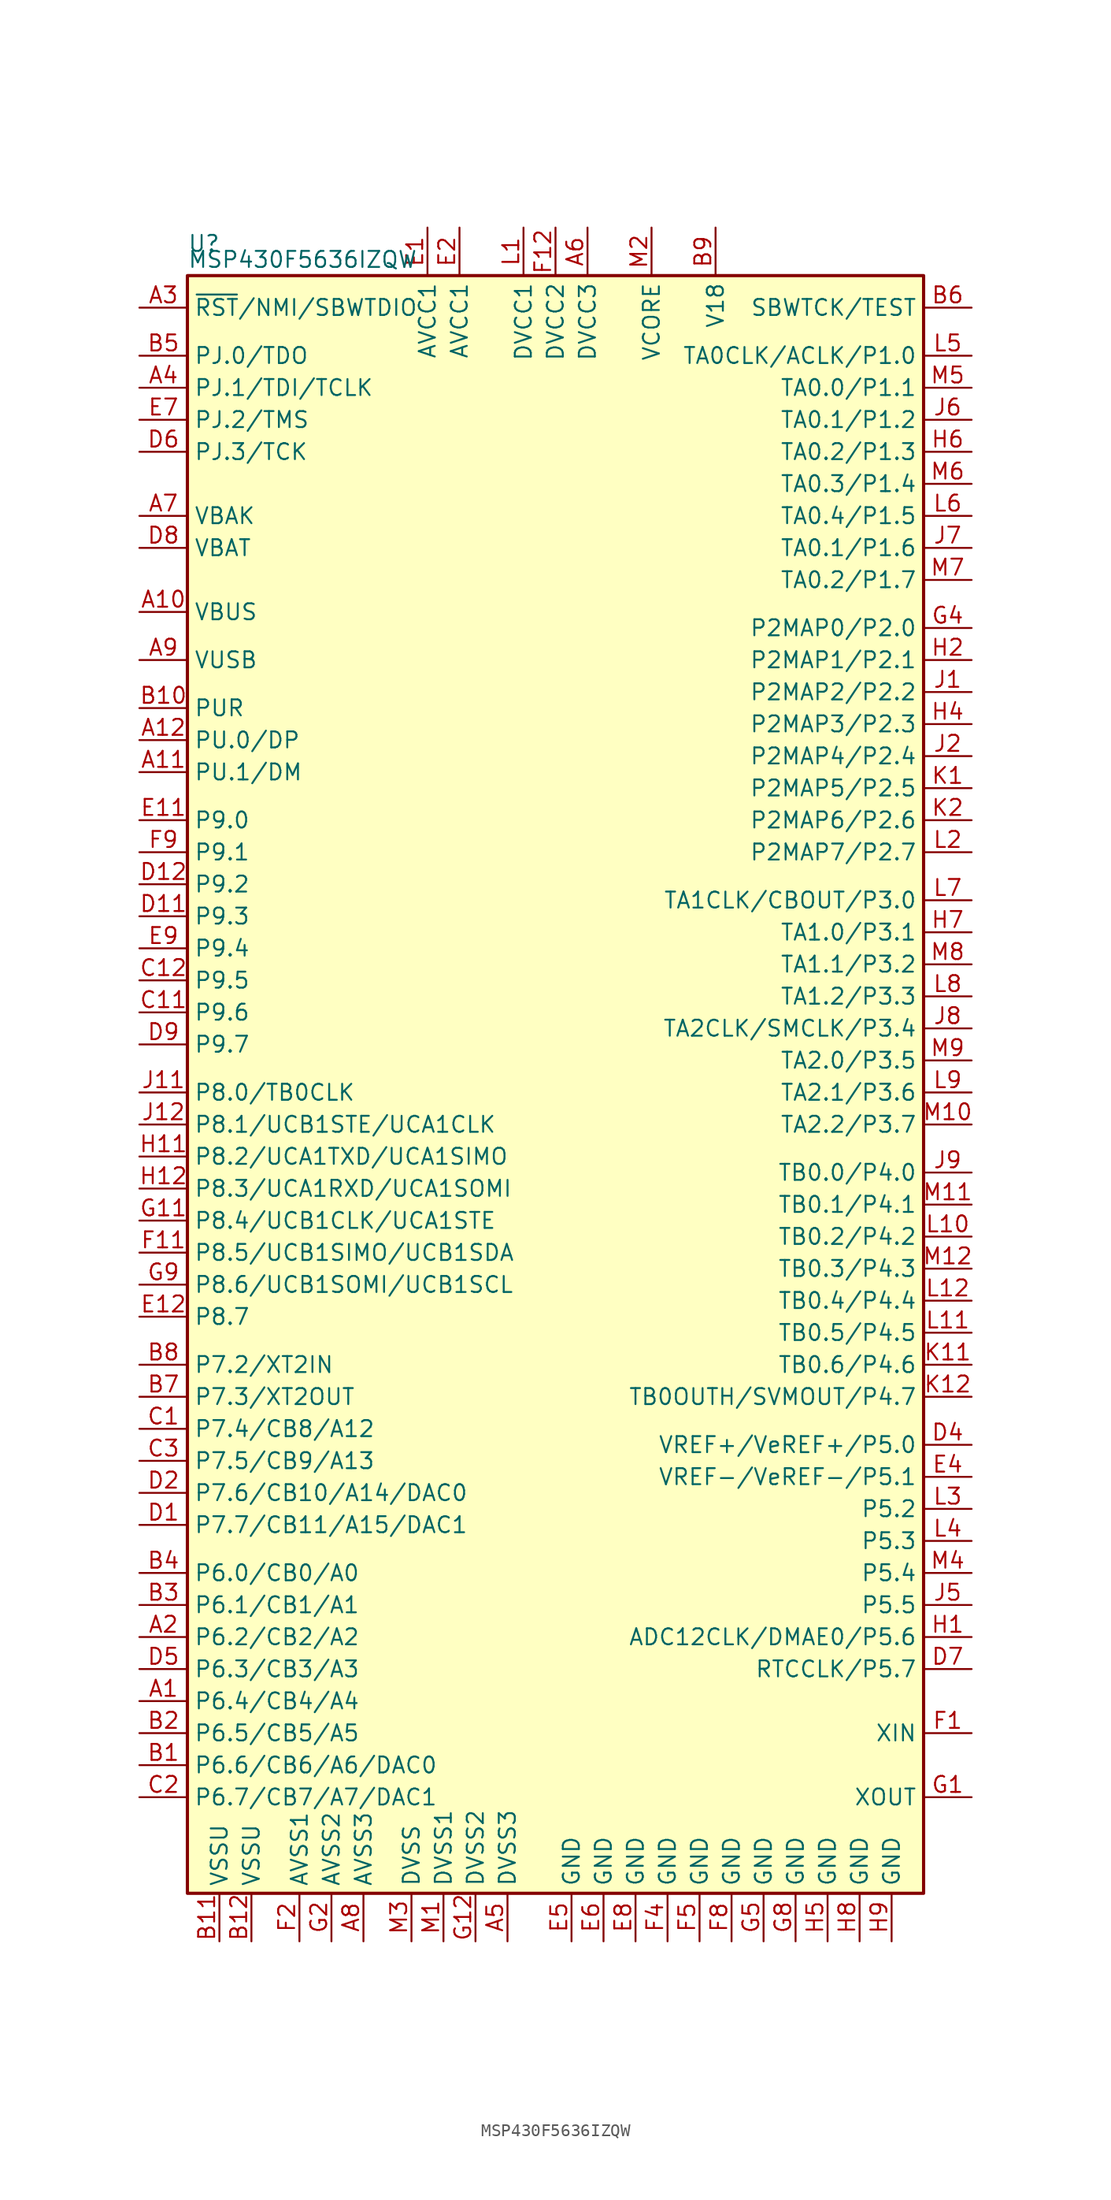
<source format=kicad_sym>
(kicad_symbol_lib
  (version 20241209)
  (generator "kicad_symbol_editor")
  (generator_version "9.0")
  (symbol "MSP430F5636IZQW"
    (property "Reference" "U"
      (at -29.21 66.04 0)
      (effects (font (size 1.27 1.27)) (justify left)))
    (property "Value" "MSP430F5636IZQW"
      (at -29.21 64.77 0)
      (effects (font (size 1.27 1.27)) (justify left)))
    (symbol "MSP430F5636IZQW_0_1"
      (rectangle (start -29.21 63.5) (end 29.21 -64.77) (stroke (width 0.254) (type default)) (fill (type background))))
    (symbol "MSP430F5636IZQW_1_1"
      (pin input line (at -33.02 60.96 0) (length 3.81) (name "~{RST}/NMI/SBWTDIO" (effects (font (size 1.27 1.27)))) (number "A3" (effects (font (size 1.27 1.27)))))
      (pin bidirectional line (at -33.02 57.15 0) (length 3.81) (name "PJ.0/TDO" (effects (font (size 1.27 1.27)))) (number "B5" (effects (font (size 1.27 1.27)))))
      (pin bidirectional line (at -33.02 54.61 0) (length 3.81) (name "PJ.1/TDI/TCLK" (effects (font (size 1.27 1.27)))) (number "A4" (effects (font (size 1.27 1.27)))))
      (pin bidirectional line (at -33.02 52.07 0) (length 3.81) (name "PJ.2/TMS" (effects (font (size 1.27 1.27)))) (number "E7" (effects (font (size 1.27 1.27)))))
      (pin bidirectional line (at -33.02 49.53 0) (length 3.81) (name "PJ.3/TCK" (effects (font (size 1.27 1.27)))) (number "D6" (effects (font (size 1.27 1.27)))))
      (pin bidirectional line (at -33.02 44.45 0) (length 3.81) (name "VBAK" (effects (font (size 1.27 1.27)))) (number "A7" (effects (font (size 1.27 1.27)))))
      (pin bidirectional line (at -33.02 41.91 0) (length 3.81) (name "VBAT" (effects (font (size 1.27 1.27)))) (number "D8" (effects (font (size 1.27 1.27)))))
      (pin bidirectional line (at -33.02 36.83 0) (length 3.81) (name "VBUS" (effects (font (size 1.27 1.27)))) (number "A10" (effects (font (size 1.27 1.27)))))
      (pin bidirectional line (at -33.02 33.02 0) (length 3.81) (name "VUSB" (effects (font (size 1.27 1.27)))) (number "A9" (effects (font (size 1.27 1.27)))))
      (pin bidirectional line (at -33.02 29.21 0) (length 3.81) (name "PUR" (effects (font (size 1.27 1.27)))) (number "B10" (effects (font (size 1.27 1.27)))))
      (pin bidirectional line (at -33.02 26.67 0) (length 3.81) (name "PU.0/DP" (effects (font (size 1.27 1.27)))) (number "A12" (effects (font (size 1.27 1.27)))))
      (pin bidirectional line (at -33.02 24.13 0) (length 3.81) (name "PU.1/DM" (effects (font (size 1.27 1.27)))) (number "A11" (effects (font (size 1.27 1.27)))))
      (pin bidirectional line (at -33.02 20.32 0) (length 3.81) (name "P9.0" (effects (font (size 1.27 1.27)))) (number "E11" (effects (font (size 1.27 1.27)))))
      (pin bidirectional line (at -33.02 17.78 0) (length 3.81) (name "P9.1" (effects (font (size 1.27 1.27)))) (number "F9" (effects (font (size 1.27 1.27)))))
      (pin bidirectional line (at -33.02 15.24 0) (length 3.81) (name "P9.2" (effects (font (size 1.27 1.27)))) (number "D12" (effects (font (size 1.27 1.27)))))
      (pin bidirectional line (at -33.02 12.7 0) (length 3.81) (name "P9.3" (effects (font (size 1.27 1.27)))) (number "D11" (effects (font (size 1.27 1.27)))))
      (pin bidirectional line (at -33.02 10.16 0) (length 3.81) (name "P9.4" (effects (font (size 1.27 1.27)))) (number "E9" (effects (font (size 1.27 1.27)))))
      (pin bidirectional line (at -33.02 7.62 0) (length 3.81) (name "P9.5" (effects (font (size 1.27 1.27)))) (number "C12" (effects (font (size 1.27 1.27)))))
      (pin bidirectional line (at -33.02 5.08 0) (length 3.81) (name "P9.6" (effects (font (size 1.27 1.27)))) (number "C11" (effects (font (size 1.27 1.27)))))
      (pin bidirectional line (at -33.02 2.54 0) (length 3.81) (name "P9.7" (effects (font (size 1.27 1.27)))) (number "D9" (effects (font (size 1.27 1.27)))))
      (pin bidirectional line (at -33.02 -1.27 0) (length 3.81) (name "P8.0/TB0CLK" (effects (font (size 1.27 1.27)))) (number "J11" (effects (font (size 1.27 1.27)))))
      (pin bidirectional line (at -33.02 -3.81 0) (length 3.81) (name "P8.1/UCB1STE/UCA1CLK" (effects (font (size 1.27 1.27)))) (number "J12" (effects (font (size 1.27 1.27)))))
      (pin bidirectional line (at -33.02 -6.35 0) (length 3.81) (name "P8.2/UCA1TXD/UCA1SIMO" (effects (font (size 1.27 1.27)))) (number "H11" (effects (font (size 1.27 1.27)))))
      (pin bidirectional line (at -33.02 -8.89 0) (length 3.81) (name "P8.3/UCA1RXD/UCA1SOMI" (effects (font (size 1.27 1.27)))) (number "H12" (effects (font (size 1.27 1.27)))))
      (pin bidirectional line (at -33.02 -11.43 0) (length 3.81) (name "P8.4/UCB1CLK/UCA1STE" (effects (font (size 1.27 1.27)))) (number "G11" (effects (font (size 1.27 1.27)))))
      (pin bidirectional line (at -33.02 -13.97 0) (length 3.81) (name "P8.5/UCB1SIMO/UCB1SDA" (effects (font (size 1.27 1.27)))) (number "F11" (effects (font (size 1.27 1.27)))))
      (pin bidirectional line (at -33.02 -16.51 0) (length 3.81) (name "P8.6/UCB1SOMI/UCB1SCL" (effects (font (size 1.27 1.27)))) (number "G9" (effects (font (size 1.27 1.27)))))
      (pin bidirectional line (at -33.02 -19.05 0) (length 3.81) (name "P8.7" (effects (font (size 1.27 1.27)))) (number "E12" (effects (font (size 1.27 1.27)))))
      (pin bidirectional line (at -33.02 -22.86 0) (length 3.81) (name "P7.2/XT2IN" (effects (font (size 1.27 1.27)))) (number "B8" (effects (font (size 1.27 1.27)))))
      (pin bidirectional line (at -33.02 -25.4 0) (length 3.81) (name "P7.3/XT2OUT" (effects (font (size 1.27 1.27)))) (number "B7" (effects (font (size 1.27 1.27)))))
      (pin bidirectional line (at -33.02 -27.94 0) (length 3.81) (name "P7.4/CB8/A12" (effects (font (size 1.27 1.27)))) (number "C1" (effects (font (size 1.27 1.27)))))
      (pin bidirectional line (at -33.02 -30.48 0) (length 3.81) (name "P7.5/CB9/A13" (effects (font (size 1.27 1.27)))) (number "C3" (effects (font (size 1.27 1.27)))))
      (pin bidirectional line (at -33.02 -33.02 0) (length 3.81) (name "P7.6/CB10/A14/DAC0" (effects (font (size 1.27 1.27)))) (number "D2" (effects (font (size 1.27 1.27)))))
      (pin bidirectional line (at -33.02 -35.56 0) (length 3.81) (name "P7.7/CB11/A15/DAC1" (effects (font (size 1.27 1.27)))) (number "D1" (effects (font (size 1.27 1.27)))))
      (pin bidirectional line (at -33.02 -39.37 0) (length 3.81) (name "P6.0/CB0/A0" (effects (font (size 1.27 1.27)))) (number "B4" (effects (font (size 1.27 1.27)))))
      (pin bidirectional line (at -33.02 -41.91 0) (length 3.81) (name "P6.1/CB1/A1" (effects (font (size 1.27 1.27)))) (number "B3" (effects (font (size 1.27 1.27)))))
      (pin bidirectional line (at -33.02 -44.45 0) (length 3.81) (name "P6.2/CB2/A2" (effects (font (size 1.27 1.27)))) (number "A2" (effects (font (size 1.27 1.27)))))
      (pin bidirectional line (at -33.02 -46.99 0) (length 3.81) (name "P6.3/CB3/A3" (effects (font (size 1.27 1.27)))) (number "D5" (effects (font (size 1.27 1.27)))))
      (pin bidirectional line (at -33.02 -49.53 0) (length 3.81) (name "P6.4/CB4/A4" (effects (font (size 1.27 1.27)))) (number "A1" (effects (font (size 1.27 1.27)))))
      (pin bidirectional line (at -33.02 -52.07 0) (length 3.81) (name "P6.5/CB5/A5" (effects (font (size 1.27 1.27)))) (number "B2" (effects (font (size 1.27 1.27)))))
      (pin bidirectional line (at -33.02 -54.61 0) (length 3.81) (name "P6.6/CB6/A6/DAC0" (effects (font (size 1.27 1.27)))) (number "B1" (effects (font (size 1.27 1.27)))))
      (pin bidirectional line (at -33.02 -57.15 0) (length 3.81) (name "P6.7/CB7/A7/DAC1" (effects (font (size 1.27 1.27)))) (number "C2" (effects (font (size 1.27 1.27)))))
      (pin power_in line (at -26.67 -68.58 90) (length 3.81) (name "VSSU" (effects (font (size 1.27 1.27)))) (number "B11" (effects (font (size 1.27 1.27)))))
      (pin power_in line (at -24.13 -68.58 90) (length 3.81) (name "VSSU" (effects (font (size 1.27 1.27)))) (number "B12" (effects (font (size 1.27 1.27)))))
      (pin power_in line (at -20.32 -68.58 90) (length 3.81) (name "AVSS1" (effects (font (size 1.27 1.27)))) (number "F2" (effects (font (size 1.27 1.27)))))
      (pin power_in line (at -17.78 -68.58 90) (length 3.81) (name "AVSS2" (effects (font (size 1.27 1.27)))) (number "G2" (effects (font (size 1.27 1.27)))))
      (pin power_in line (at -15.24 -68.58 90) (length 3.81) (name "AVSS3" (effects (font (size 1.27 1.27)))) (number "A8" (effects (font (size 1.27 1.27)))))
      (pin power_in line (at -11.43 -68.58 90) (length 3.81) (name "DVSS" (effects (font (size 1.27 1.27)))) (number "M3" (effects (font (size 1.27 1.27)))))
      (pin power_in line (at -10.16 67.31 270) (length 3.81) (name "AVCC1" (effects (font (size 1.27 1.27)))) (number "E1" (effects (font (size 1.27 1.27)))))
      (pin power_in line (at -8.89 -68.58 90) (length 3.81) (name "DVSS1" (effects (font (size 1.27 1.27)))) (number "M1" (effects (font (size 1.27 1.27)))))
      (pin power_in line (at -7.62 67.31 270) (length 3.81) (name "AVCC1" (effects (font (size 1.27 1.27)))) (number "E2" (effects (font (size 1.27 1.27)))))
      (pin power_in line (at -6.35 -68.58 90) (length 3.81) (name "DVSS2" (effects (font (size 1.27 1.27)))) (number "G12" (effects (font (size 1.27 1.27)))))
      (pin power_in line (at -3.81 -68.58 90) (length 3.81) (name "DVSS3" (effects (font (size 1.27 1.27)))) (number "A5" (effects (font (size 1.27 1.27)))))
      (pin power_in line (at -2.54 67.31 270) (length 3.81) (name "DVCC1" (effects (font (size 1.27 1.27)))) (number "L1" (effects (font (size 1.27 1.27)))))
      (pin power_in line (at 0 67.31 270) (length 3.81) (name "DVCC2" (effects (font (size 1.27 1.27)))) (number "F12" (effects (font (size 1.27 1.27)))))
      (pin power_in line (at 1.27 -68.58 90) (length 3.81) (name "GND" (effects (font (size 1.27 1.27)))) (number "E5" (effects (font (size 1.27 1.27)))))
      (pin power_in line (at 2.54 67.31 270) (length 3.81) (name "DVCC3" (effects (font (size 1.27 1.27)))) (number "A6" (effects (font (size 1.27 1.27)))))
      (pin power_in line (at 3.81 -68.58 90) (length 3.81) (name "GND" (effects (font (size 1.27 1.27)))) (number "E6" (effects (font (size 1.27 1.27)))))
      (pin power_in line (at 6.35 -68.58 90) (length 3.81) (name "GND" (effects (font (size 1.27 1.27)))) (number "E8" (effects (font (size 1.27 1.27)))))
      (pin bidirectional line (at 7.62 67.31 270) (length 3.81) (name "VCORE" (effects (font (size 1.27 1.27)))) (number "M2" (effects (font (size 1.27 1.27)))))
      (pin power_in line (at 8.89 -68.58 90) (length 3.81) (name "GND" (effects (font (size 1.27 1.27)))) (number "F4" (effects (font (size 1.27 1.27)))))
      (pin power_in line (at 11.43 -68.58 90) (length 3.81) (name "GND" (effects (font (size 1.27 1.27)))) (number "F5" (effects (font (size 1.27 1.27)))))
      (pin passive line (at 12.7 67.31 270) (length 3.81) (name "V18" (effects (font (size 1.27 1.27)))) (number "B9" (effects (font (size 1.27 1.27)))))
      (pin power_in line (at 13.97 -68.58 90) (length 3.81) (name "GND" (effects (font (size 1.27 1.27)))) (number "F8" (effects (font (size 1.27 1.27)))))
      (pin power_in line (at 16.51 -68.58 90) (length 3.81) (name "GND" (effects (font (size 1.27 1.27)))) (number "G5" (effects (font (size 1.27 1.27)))))
      (pin power_in line (at 19.05 -68.58 90) (length 3.81) (name "GND" (effects (font (size 1.27 1.27)))) (number "G8" (effects (font (size 1.27 1.27)))))
      (pin power_in line (at 21.59 -68.58 90) (length 3.81) (name "GND" (effects (font (size 1.27 1.27)))) (number "H5" (effects (font (size 1.27 1.27)))))
      (pin power_in line (at 24.13 -68.58 90) (length 3.81) (name "GND" (effects (font (size 1.27 1.27)))) (number "H8" (effects (font (size 1.27 1.27)))))
      (pin power_in line (at 26.67 -68.58 90) (length 3.81) (name "GND" (effects (font (size 1.27 1.27)))) (number "H9" (effects (font (size 1.27 1.27)))))
      (pin input line (at 33.02 60.96 180) (length 3.81) (name "SBWTCK/TEST" (effects (font (size 1.27 1.27)))) (number "B6" (effects (font (size 1.27 1.27)))))
      (pin bidirectional line (at 33.02 57.15 180) (length 3.81) (name "TA0CLK/ACLK/P1.0" (effects (font (size 1.27 1.27)))) (number "L5" (effects (font (size 1.27 1.27)))))
      (pin bidirectional line (at 33.02 54.61 180) (length 3.81) (name "TA0.0/P1.1" (effects (font (size 1.27 1.27)))) (number "M5" (effects (font (size 1.27 1.27)))))
      (pin bidirectional line (at 33.02 52.07 180) (length 3.81) (name "TA0.1/P1.2" (effects (font (size 1.27 1.27)))) (number "J6" (effects (font (size 1.27 1.27)))))
      (pin bidirectional line (at 33.02 49.53 180) (length 3.81) (name "TA0.2/P1.3" (effects (font (size 1.27 1.27)))) (number "H6" (effects (font (size 1.27 1.27)))))
      (pin bidirectional line (at 33.02 46.99 180) (length 3.81) (name "TA0.3/P1.4" (effects (font (size 1.27 1.27)))) (number "M6" (effects (font (size 1.27 1.27)))))
      (pin bidirectional line (at 33.02 44.45 180) (length 3.81) (name "TA0.4/P1.5" (effects (font (size 1.27 1.27)))) (number "L6" (effects (font (size 1.27 1.27)))))
      (pin bidirectional line (at 33.02 41.91 180) (length 3.81) (name "TA0.1/P1.6" (effects (font (size 1.27 1.27)))) (number "J7" (effects (font (size 1.27 1.27)))))
      (pin bidirectional line (at 33.02 39.37 180) (length 3.81) (name "TA0.2/P1.7" (effects (font (size 1.27 1.27)))) (number "M7" (effects (font (size 1.27 1.27)))))
      (pin bidirectional line (at 33.02 35.56 180) (length 3.81) (name "P2MAP0/P2.0" (effects (font (size 1.27 1.27)))) (number "G4" (effects (font (size 1.27 1.27)))))
      (pin bidirectional line (at 33.02 33.02 180) (length 3.81) (name "P2MAP1/P2.1" (effects (font (size 1.27 1.27)))) (number "H2" (effects (font (size 1.27 1.27)))))
      (pin bidirectional line (at 33.02 30.48 180) (length 3.81) (name "P2MAP2/P2.2" (effects (font (size 1.27 1.27)))) (number "J1" (effects (font (size 1.27 1.27)))))
      (pin bidirectional line (at 33.02 27.94 180) (length 3.81) (name "P2MAP3/P2.3" (effects (font (size 1.27 1.27)))) (number "H4" (effects (font (size 1.27 1.27)))))
      (pin bidirectional line (at 33.02 25.4 180) (length 3.81) (name "P2MAP4/P2.4" (effects (font (size 1.27 1.27)))) (number "J2" (effects (font (size 1.27 1.27)))))
      (pin bidirectional line (at 33.02 22.86 180) (length 3.81) (name "P2MAP5/P2.5" (effects (font (size 1.27 1.27)))) (number "K1" (effects (font (size 1.27 1.27)))))
      (pin bidirectional line (at 33.02 20.32 180) (length 3.81) (name "P2MAP6/P2.6" (effects (font (size 1.27 1.27)))) (number "K2" (effects (font (size 1.27 1.27)))))
      (pin bidirectional line (at 33.02 17.78 180) (length 3.81) (name "P2MAP7/P2.7" (effects (font (size 1.27 1.27)))) (number "L2" (effects (font (size 1.27 1.27)))))
      (pin bidirectional line (at 33.02 13.97 180) (length 3.81) (name "TA1CLK/CBOUT/P3.0" (effects (font (size 1.27 1.27)))) (number "L7" (effects (font (size 1.27 1.27)))))
      (pin bidirectional line (at 33.02 11.43 180) (length 3.81) (name "TA1.0/P3.1" (effects (font (size 1.27 1.27)))) (number "H7" (effects (font (size 1.27 1.27)))))
      (pin bidirectional line (at 33.02 8.89 180) (length 3.81) (name "TA1.1/P3.2" (effects (font (size 1.27 1.27)))) (number "M8" (effects (font (size 1.27 1.27)))))
      (pin bidirectional line (at 33.02 6.35 180) (length 3.81) (name "TA1.2/P3.3" (effects (font (size 1.27 1.27)))) (number "L8" (effects (font (size 1.27 1.27)))))
      (pin bidirectional line (at 33.02 3.81 180) (length 3.81) (name "TA2CLK/SMCLK/P3.4" (effects (font (size 1.27 1.27)))) (number "J8" (effects (font (size 1.27 1.27)))))
      (pin bidirectional line (at 33.02 1.27 180) (length 3.81) (name "TA2.0/P3.5" (effects (font (size 1.27 1.27)))) (number "M9" (effects (font (size 1.27 1.27)))))
      (pin bidirectional line (at 33.02 -1.27 180) (length 3.81) (name "TA2.1/P3.6" (effects (font (size 1.27 1.27)))) (number "L9" (effects (font (size 1.27 1.27)))))
      (pin bidirectional line (at 33.02 -3.81 180) (length 3.81) (name "TA2.2/P3.7" (effects (font (size 1.27 1.27)))) (number "M10" (effects (font (size 1.27 1.27)))))
      (pin bidirectional line (at 33.02 -7.62 180) (length 3.81) (name "TB0.0/P4.0" (effects (font (size 1.27 1.27)))) (number "J9" (effects (font (size 1.27 1.27)))))
      (pin bidirectional line (at 33.02 -10.16 180) (length 3.81) (name "TB0.1/P4.1" (effects (font (size 1.27 1.27)))) (number "M11" (effects (font (size 1.27 1.27)))))
      (pin bidirectional line (at 33.02 -12.7 180) (length 3.81) (name "TB0.2/P4.2" (effects (font (size 1.27 1.27)))) (number "L10" (effects (font (size 1.27 1.27)))))
      (pin bidirectional line (at 33.02 -15.24 180) (length 3.81) (name "TB0.3/P4.3" (effects (font (size 1.27 1.27)))) (number "M12" (effects (font (size 1.27 1.27)))))
      (pin bidirectional line (at 33.02 -17.78 180) (length 3.81) (name "TB0.4/P4.4" (effects (font (size 1.27 1.27)))) (number "L12" (effects (font (size 1.27 1.27)))))
      (pin bidirectional line (at 33.02 -20.32 180) (length 3.81) (name "TB0.5/P4.5" (effects (font (size 1.27 1.27)))) (number "L11" (effects (font (size 1.27 1.27)))))
      (pin bidirectional line (at 33.02 -22.86 180) (length 3.81) (name "TB0.6/P4.6" (effects (font (size 1.27 1.27)))) (number "K11" (effects (font (size 1.27 1.27)))))
      (pin bidirectional line (at 33.02 -25.4 180) (length 3.81) (name "TB0OUTH/SVMOUT/P4.7" (effects (font (size 1.27 1.27)))) (number "K12" (effects (font (size 1.27 1.27)))))
      (pin bidirectional line (at 33.02 -29.21 180) (length 3.81) (name "VREF+/VeREF+/P5.0" (effects (font (size 1.27 1.27)))) (number "D4" (effects (font (size 1.27 1.27)))))
      (pin bidirectional line (at 33.02 -31.75 180) (length 3.81) (name "VREF-/VeREF-/P5.1" (effects (font (size 1.27 1.27)))) (number "E4" (effects (font (size 1.27 1.27)))))
      (pin bidirectional line (at 33.02 -34.29 180) (length 3.81) (name "P5.2" (effects (font (size 1.27 1.27)))) (number "L3" (effects (font (size 1.27 1.27)))))
      (pin bidirectional line (at 33.02 -36.83 180) (length 3.81) (name "P5.3" (effects (font (size 1.27 1.27)))) (number "L4" (effects (font (size 1.27 1.27)))))
      (pin bidirectional line (at 33.02 -39.37 180) (length 3.81) (name "P5.4" (effects (font (size 1.27 1.27)))) (number "M4" (effects (font (size 1.27 1.27)))))
      (pin bidirectional line (at 33.02 -41.91 180) (length 3.81) (name "P5.5" (effects (font (size 1.27 1.27)))) (number "J5" (effects (font (size 1.27 1.27)))))
      (pin bidirectional line (at 33.02 -44.45 180) (length 3.81) (name "ADC12CLK/DMAE0/P5.6" (effects (font (size 1.27 1.27)))) (number "H1" (effects (font (size 1.27 1.27)))))
      (pin bidirectional line (at 33.02 -46.99 180) (length 3.81) (name "RTCCLK/P5.7" (effects (font (size 1.27 1.27)))) (number "D7" (effects (font (size 1.27 1.27)))))
      (pin bidirectional line (at 33.02 -52.07 180) (length 3.81) (name "XIN" (effects (font (size 1.27 1.27)))) (number "F1" (effects (font (size 1.27 1.27)))))
      (pin bidirectional line (at 33.02 -57.15 180) (length 3.81) (name "XOUT" (effects (font (size 1.27 1.27)))) (number "G1" (effects (font (size 1.27 1.27))))))))
</source>
